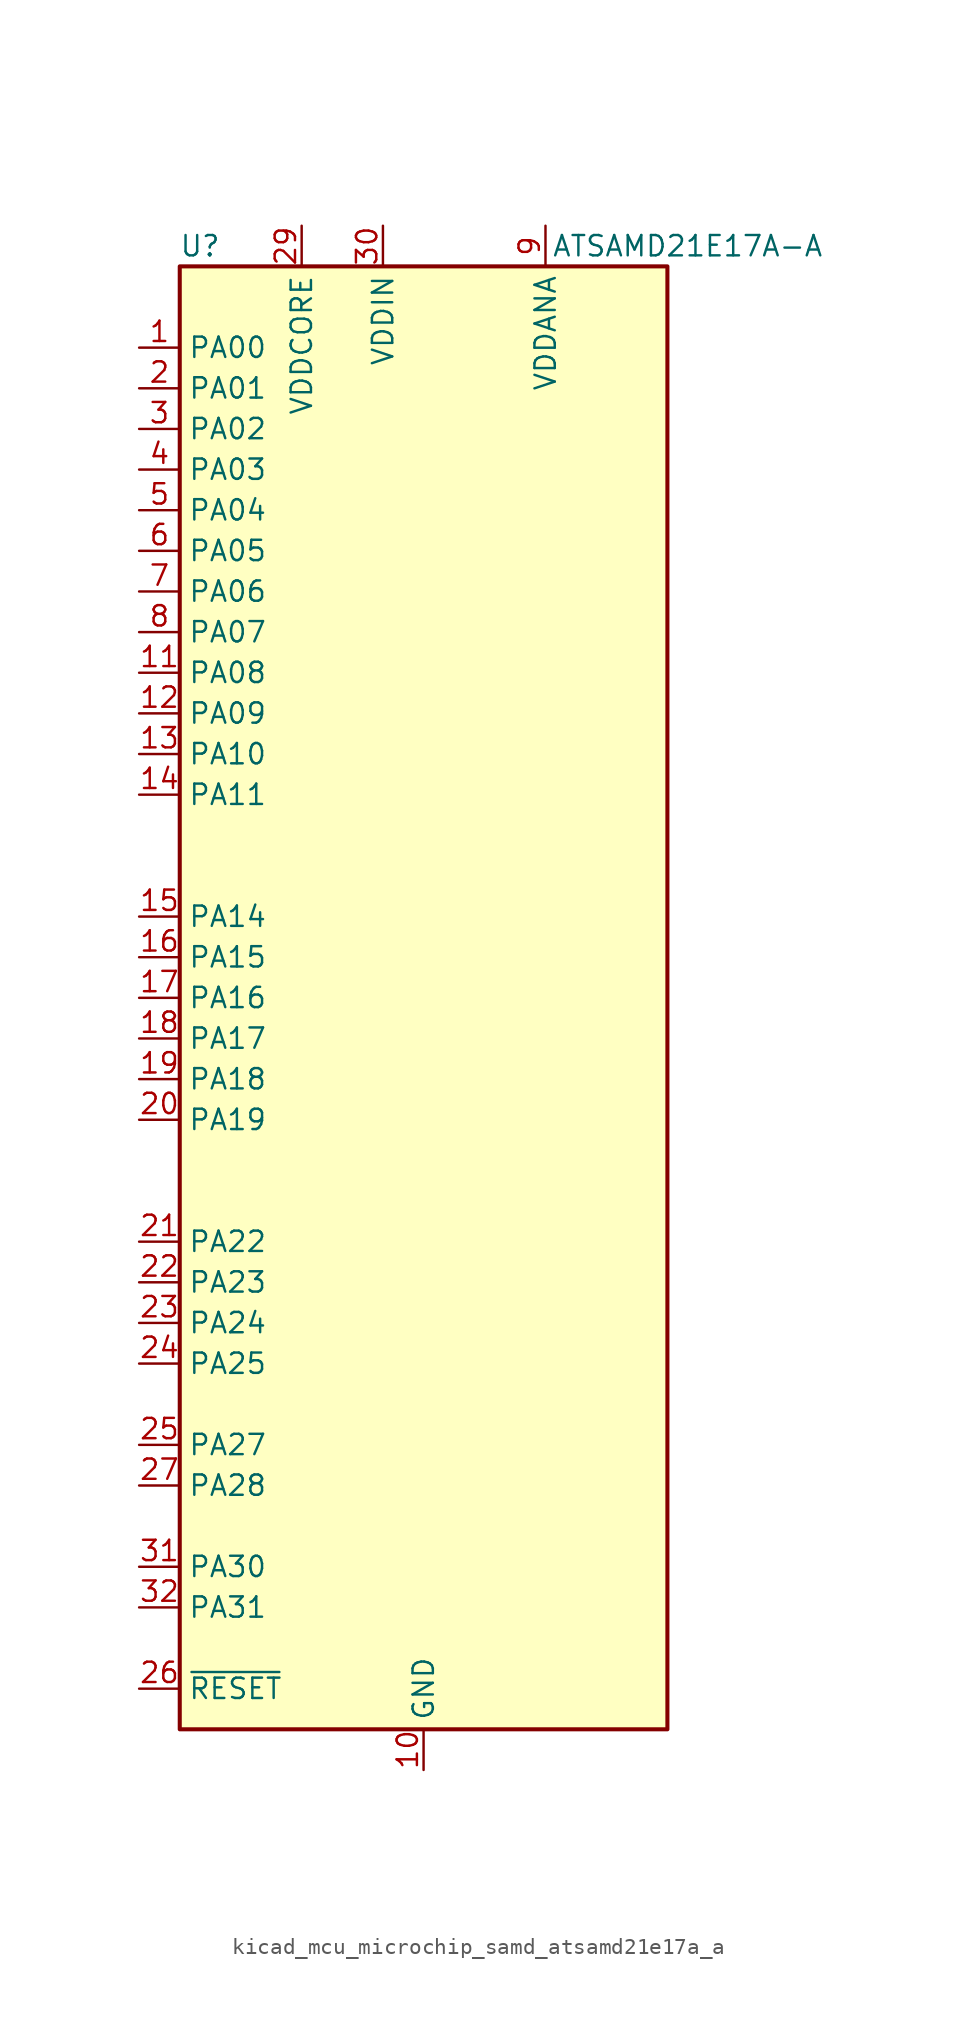
<source format=kicad_sym>
(kicad_symbol_lib
  (version 20220914)
  (generator kicad_symbol_editor)
  (symbol "kicad_mcu_microchip_samd_atsamd21e17a_a"
    (property "Reference" "U"
      (at -13.97 46.99 0)
      (effects (font (size 1.27 1.27))))
    (property "Value" "ATSAMD21E17A-A"
      (at 16.51 46.99 0)
      (effects (font (size 1.27 1.27))))
    (symbol "kicad_mcu_microchip_samd_atsamd21e17a_a_1_1"
      (rectangle (start -15.24 45.72) (end 15.24 -45.72) (stroke (width 0.254) (type default)) (fill (type background)))
      (pin bidirectional line (at -17.78 40.64 0) (length 2.54) (name "PA00" (effects (font (size 1.27 1.27)))) (number "1" (effects (font (size 1.27 1.27)))))
      (pin power_in line (at 0 -48.26 90) (length 2.54) (name "GND" (effects (font (size 1.27 1.27)))) (number "10" (effects (font (size 1.27 1.27)))))
      (pin bidirectional line (at -17.78 20.32 0) (length 2.54) (name "PA08" (effects (font (size 1.27 1.27)))) (number "11" (effects (font (size 1.27 1.27)))))
      (pin bidirectional line (at -17.78 17.78 0) (length 2.54) (name "PA09" (effects (font (size 1.27 1.27)))) (number "12" (effects (font (size 1.27 1.27)))))
      (pin bidirectional line (at -17.78 15.24 0) (length 2.54) (name "PA10" (effects (font (size 1.27 1.27)))) (number "13" (effects (font (size 1.27 1.27)))))
      (pin bidirectional line (at -17.78 12.7 0) (length 2.54) (name "PA11" (effects (font (size 1.27 1.27)))) (number "14" (effects (font (size 1.27 1.27)))))
      (pin bidirectional line (at -17.78 5.08 0) (length 2.54) (name "PA14" (effects (font (size 1.27 1.27)))) (number "15" (effects (font (size 1.27 1.27)))))
      (pin bidirectional line (at -17.78 2.54 0) (length 2.54) (name "PA15" (effects (font (size 1.27 1.27)))) (number "16" (effects (font (size 1.27 1.27)))))
      (pin bidirectional line (at -17.78 0 0) (length 2.54) (name "PA16" (effects (font (size 1.27 1.27)))) (number "17" (effects (font (size 1.27 1.27)))))
      (pin bidirectional line (at -17.78 -2.54 0) (length 2.54) (name "PA17" (effects (font (size 1.27 1.27)))) (number "18" (effects (font (size 1.27 1.27)))))
      (pin bidirectional line (at -17.78 -5.08 0) (length 2.54) (name "PA18" (effects (font (size 1.27 1.27)))) (number "19" (effects (font (size 1.27 1.27)))))
      (pin bidirectional line (at -17.78 38.1 0) (length 2.54) (name "PA01" (effects (font (size 1.27 1.27)))) (number "2" (effects (font (size 1.27 1.27)))))
      (pin bidirectional line (at -17.78 -7.62 0) (length 2.54) (name "PA19" (effects (font (size 1.27 1.27)))) (number "20" (effects (font (size 1.27 1.27)))))
      (pin bidirectional line (at -17.78 -15.24 0) (length 2.54) (name "PA22" (effects (font (size 1.27 1.27)))) (number "21" (effects (font (size 1.27 1.27)))))
      (pin bidirectional line (at -17.78 -17.78 0) (length 2.54) (name "PA23" (effects (font (size 1.27 1.27)))) (number "22" (effects (font (size 1.27 1.27)))))
      (pin bidirectional line (at -17.78 -20.32 0) (length 2.54) (name "PA24" (effects (font (size 1.27 1.27)))) (number "23" (effects (font (size 1.27 1.27)))))
      (pin bidirectional line (at -17.78 -22.86 0) (length 2.54) (name "PA25" (effects (font (size 1.27 1.27)))) (number "24" (effects (font (size 1.27 1.27)))))
      (pin bidirectional line (at -17.78 -27.94 0) (length 2.54) (name "PA27" (effects (font (size 1.27 1.27)))) (number "25" (effects (font (size 1.27 1.27)))))
      (pin input line (at -17.78 -43.18 0) (length 2.54) (name "~{RESET}" (effects (font (size 1.27 1.27)))) (number "26" (effects (font (size 1.27 1.27)))))
      (pin bidirectional line (at -17.78 -30.48 0) (length 2.54) (name "PA28" (effects (font (size 1.27 1.27)))) (number "27" (effects (font (size 1.27 1.27)))))
      (pin passive line (at 0 -48.26 90) (length 2.54) hide (name "GND" (effects (font (size 1.27 1.27)))) (number "28" (effects (font (size 1.27 1.27)))))
      (pin power_out line (at -7.62 48.26 270) (length 2.54) (name "VDDCORE" (effects (font (size 1.27 1.27)))) (number "29" (effects (font (size 1.27 1.27)))))
      (pin bidirectional line (at -17.78 35.56 0) (length 2.54) (name "PA02" (effects (font (size 1.27 1.27)))) (number "3" (effects (font (size 1.27 1.27)))))
      (pin power_in line (at -2.54 48.26 270) (length 2.54) (name "VDDIN" (effects (font (size 1.27 1.27)))) (number "30" (effects (font (size 1.27 1.27)))))
      (pin bidirectional line (at -17.78 -35.56 0) (length 2.54) (name "PA30" (effects (font (size 1.27 1.27)))) (number "31" (effects (font (size 1.27 1.27)))))
      (pin bidirectional line (at -17.78 -38.1 0) (length 2.54) (name "PA31" (effects (font (size 1.27 1.27)))) (number "32" (effects (font (size 1.27 1.27)))))
      (pin bidirectional line (at -17.78 33.02 0) (length 2.54) (name "PA03" (effects (font (size 1.27 1.27)))) (number "4" (effects (font (size 1.27 1.27)))))
      (pin bidirectional line (at -17.78 30.48 0) (length 2.54) (name "PA04" (effects (font (size 1.27 1.27)))) (number "5" (effects (font (size 1.27 1.27)))))
      (pin bidirectional line (at -17.78 27.94 0) (length 2.54) (name "PA05" (effects (font (size 1.27 1.27)))) (number "6" (effects (font (size 1.27 1.27)))))
      (pin bidirectional line (at -17.78 25.4 0) (length 2.54) (name "PA06" (effects (font (size 1.27 1.27)))) (number "7" (effects (font (size 1.27 1.27)))))
      (pin bidirectional line (at -17.78 22.86 0) (length 2.54) (name "PA07" (effects (font (size 1.27 1.27)))) (number "8" (effects (font (size 1.27 1.27)))))
      (pin power_in line (at 7.62 48.26 270) (length 2.54) (name "VDDANA" (effects (font (size 1.27 1.27)))) (number "9" (effects (font (size 1.27 1.27))))))))
</source>
